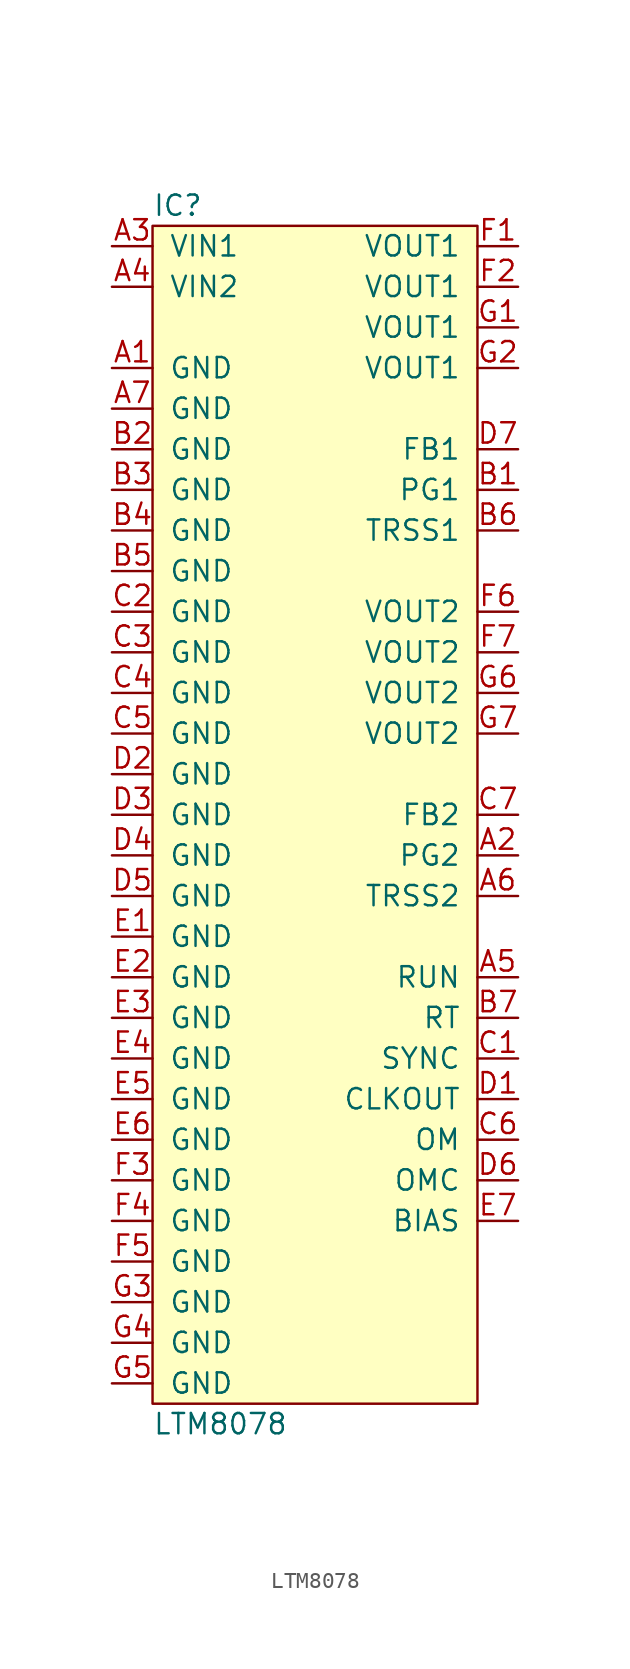
<source format=kicad_sym>
(kicad_symbol_lib
  (version 20211014)
  (generator agg_kicad.build_lib_ic)
  (symbol "LTM8078"
    (pin_names
      (offset 1.016))
    (property Reference IC
      (at -10.16 38.1 0)
      (effects (font (size 1.27 1.27)) (justify left)))
    (property Value "LTM8078"
      (at -10.16 -38.1 0)
      (effects (font (size 1.27 1.27)) (justify left)))
    (symbol "LTM8078_0_0"
      (rectangle (start -10.16 36.83) (end 10.16 -36.83) (stroke (width 0) (type default) (color 0 0 0 0)) (fill (type background)))
      (pin power_in line (at -12.7 35.56 0) (length 2.54) (name "VIN1" (effects (font (size 1.27 1.27)))) (number "A3" (effects (font (size 1.27 1.27)))))
      (pin power_in line (at -12.7 33.02 0) (length 2.54) (name "VIN2" (effects (font (size 1.27 1.27)))) (number "A4" (effects (font (size 1.27 1.27)))))
      (pin power_in line (at -12.7 27.94 0) (length 2.54) (name GND (effects (font (size 1.27 1.27)))) (number "A1" (effects (font (size 1.27 1.27)))))
      (pin power_in line (at -12.7 25.4 0) (length 2.54) (name GND (effects (font (size 1.27 1.27)))) (number "A7" (effects (font (size 1.27 1.27)))))
      (pin power_in line (at -12.7 22.86 0) (length 2.54) (name GND (effects (font (size 1.27 1.27)))) (number "B2" (effects (font (size 1.27 1.27)))))
      (pin power_in line (at -12.7 20.32 0) (length 2.54) (name GND (effects (font (size 1.27 1.27)))) (number "B3" (effects (font (size 1.27 1.27)))))
      (pin power_in line (at -12.7 17.78 0) (length 2.54) (name GND (effects (font (size 1.27 1.27)))) (number "B4" (effects (font (size 1.27 1.27)))))
      (pin power_in line (at -12.7 15.24 0) (length 2.54) (name GND (effects (font (size 1.27 1.27)))) (number "B5" (effects (font (size 1.27 1.27)))))
      (pin power_in line (at -12.7 12.7 0) (length 2.54) (name GND (effects (font (size 1.27 1.27)))) (number "C2" (effects (font (size 1.27 1.27)))))
      (pin power_in line (at -12.7 10.16 0) (length 2.54) (name GND (effects (font (size 1.27 1.27)))) (number "C3" (effects (font (size 1.27 1.27)))))
      (pin power_in line (at -12.7 7.62 0) (length 2.54) (name GND (effects (font (size 1.27 1.27)))) (number "C4" (effects (font (size 1.27 1.27)))))
      (pin power_in line (at -12.7 5.08 0) (length 2.54) (name GND (effects (font (size 1.27 1.27)))) (number "C5" (effects (font (size 1.27 1.27)))))
      (pin power_in line (at -12.7 2.54 0) (length 2.54) (name GND (effects (font (size 1.27 1.27)))) (number "D2" (effects (font (size 1.27 1.27)))))
      (pin power_in line (at -12.7 0 0) (length 2.54) (name GND (effects (font (size 1.27 1.27)))) (number "D3" (effects (font (size 1.27 1.27)))))
      (pin power_in line (at -12.7 -2.54 0) (length 2.54) (name GND (effects (font (size 1.27 1.27)))) (number "D4" (effects (font (size 1.27 1.27)))))
      (pin power_in line (at -12.7 -5.08 0) (length 2.54) (name GND (effects (font (size 1.27 1.27)))) (number "D5" (effects (font (size 1.27 1.27)))))
      (pin power_in line (at -12.7 -7.62 0) (length 2.54) (name GND (effects (font (size 1.27 1.27)))) (number "E1" (effects (font (size 1.27 1.27)))))
      (pin power_in line (at -12.7 -10.16 0) (length 2.54) (name GND (effects (font (size 1.27 1.27)))) (number "E2" (effects (font (size 1.27 1.27)))))
      (pin power_in line (at -12.7 -12.7 0) (length 2.54) (name GND (effects (font (size 1.27 1.27)))) (number "E3" (effects (font (size 1.27 1.27)))))
      (pin power_in line (at -12.7 -15.24 0) (length 2.54) (name GND (effects (font (size 1.27 1.27)))) (number "E4" (effects (font (size 1.27 1.27)))))
      (pin power_in line (at -12.7 -17.78 0) (length 2.54) (name GND (effects (font (size 1.27 1.27)))) (number "E5" (effects (font (size 1.27 1.27)))))
      (pin power_in line (at -12.7 -20.32 0) (length 2.54) (name GND (effects (font (size 1.27 1.27)))) (number "E6" (effects (font (size 1.27 1.27)))))
      (pin power_in line (at -12.7 -22.86 0) (length 2.54) (name GND (effects (font (size 1.27 1.27)))) (number "F3" (effects (font (size 1.27 1.27)))))
      (pin power_in line (at -12.7 -25.4 0) (length 2.54) (name GND (effects (font (size 1.27 1.27)))) (number "F4" (effects (font (size 1.27 1.27)))))
      (pin power_in line (at -12.7 -27.94 0) (length 2.54) (name GND (effects (font (size 1.27 1.27)))) (number "F5" (effects (font (size 1.27 1.27)))))
      (pin power_in line (at -12.7 -30.48 0) (length 2.54) (name GND (effects (font (size 1.27 1.27)))) (number "G3" (effects (font (size 1.27 1.27)))))
      (pin power_in line (at -12.7 -33.02 0) (length 2.54) (name GND (effects (font (size 1.27 1.27)))) (number "G4" (effects (font (size 1.27 1.27)))))
      (pin power_in line (at -12.7 -35.56 0) (length 2.54) (name GND (effects (font (size 1.27 1.27)))) (number "G5" (effects (font (size 1.27 1.27)))))
      (pin power_out line (at 12.7 35.56 180) (length 2.54) (name "VOUT1" (effects (font (size 1.27 1.27)))) (number "F1" (effects (font (size 1.27 1.27)))))
      (pin passive line (at 12.7 33.02 180) (length 2.54) (name "VOUT1" (effects (font (size 1.27 1.27)))) (number "F2" (effects (font (size 1.27 1.27)))))
      (pin passive line (at 12.7 30.48 180) (length 2.54) (name "VOUT1" (effects (font (size 1.27 1.27)))) (number "G1" (effects (font (size 1.27 1.27)))))
      (pin passive line (at 12.7 27.94 180) (length 2.54) (name "VOUT1" (effects (font (size 1.27 1.27)))) (number "G2" (effects (font (size 1.27 1.27)))))
      (pin input line (at 12.7 22.86 180) (length 2.54) (name "FB1" (effects (font (size 1.27 1.27)))) (number "D7" (effects (font (size 1.27 1.27)))))
      (pin open_collector line (at 12.7 20.32 180) (length 2.54) (name "PG1" (effects (font (size 1.27 1.27)))) (number "B1" (effects (font (size 1.27 1.27)))))
      (pin passive line (at 12.7 17.78 180) (length 2.54) (name "TRSS1" (effects (font (size 1.27 1.27)))) (number "B6" (effects (font (size 1.27 1.27)))))
      (pin power_out line (at 12.7 12.7 180) (length 2.54) (name "VOUT2" (effects (font (size 1.27 1.27)))) (number "F6" (effects (font (size 1.27 1.27)))))
      (pin passive line (at 12.7 10.16 180) (length 2.54) (name "VOUT2" (effects (font (size 1.27 1.27)))) (number "F7" (effects (font (size 1.27 1.27)))))
      (pin passive line (at 12.7 7.62 180) (length 2.54) (name "VOUT2" (effects (font (size 1.27 1.27)))) (number "G6" (effects (font (size 1.27 1.27)))))
      (pin passive line (at 12.7 5.08 180) (length 2.54) (name "VOUT2" (effects (font (size 1.27 1.27)))) (number "G7" (effects (font (size 1.27 1.27)))))
      (pin input line (at 12.7 0 180) (length 2.54) (name "FB2" (effects (font (size 1.27 1.27)))) (number "C7" (effects (font (size 1.27 1.27)))))
      (pin open_collector line (at 12.7 -2.54 180) (length 2.54) (name "PG2" (effects (font (size 1.27 1.27)))) (number "A2" (effects (font (size 1.27 1.27)))))
      (pin passive line (at 12.7 -5.08 180) (length 2.54) (name "TRSS2" (effects (font (size 1.27 1.27)))) (number "A6" (effects (font (size 1.27 1.27)))))
      (pin input line (at 12.7 -10.16 180) (length 2.54) (name RUN (effects (font (size 1.27 1.27)))) (number "A5" (effects (font (size 1.27 1.27)))))
      (pin passive line (at 12.7 -12.7 180) (length 2.54) (name RT (effects (font (size 1.27 1.27)))) (number "B7" (effects (font (size 1.27 1.27)))))
      (pin input line (at 12.7 -15.24 180) (length 2.54) (name SYNC (effects (font (size 1.27 1.27)))) (number "C1" (effects (font (size 1.27 1.27)))))
      (pin output line (at 12.7 -17.78 180) (length 2.54) (name CLKOUT (effects (font (size 1.27 1.27)))) (number "D1" (effects (font (size 1.27 1.27)))))
      (pin passive line (at 12.7 -20.32 180) (length 2.54) (name OM (effects (font (size 1.27 1.27)))) (number "C6" (effects (font (size 1.27 1.27)))))
      (pin passive line (at 12.7 -22.86 180) (length 2.54) (name OMC (effects (font (size 1.27 1.27)))) (number "D6" (effects (font (size 1.27 1.27)))))
      (pin input line (at 12.7 -25.4 180) (length 2.54) (name BIAS (effects (font (size 1.27 1.27)))) (number "E7" (effects (font (size 1.27 1.27))))))))
</source>
